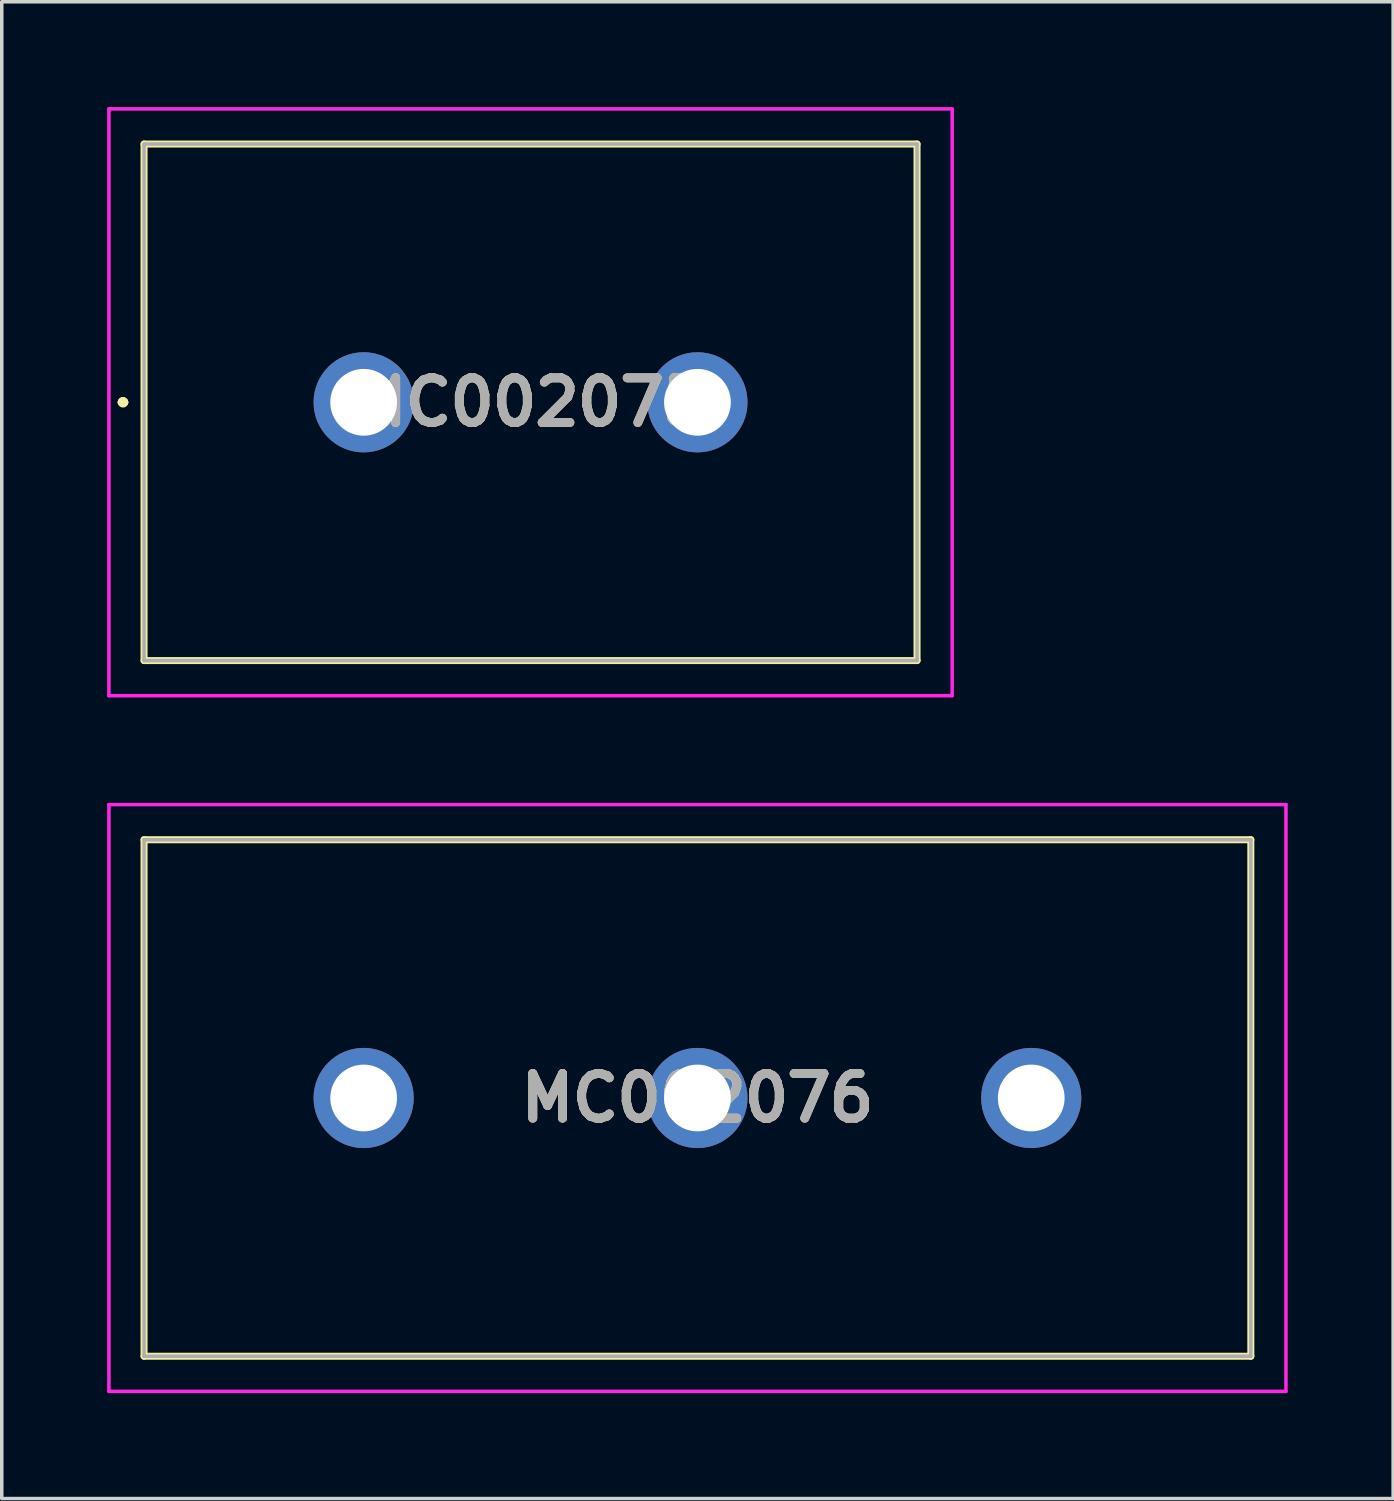
<source format=kicad_pcb>
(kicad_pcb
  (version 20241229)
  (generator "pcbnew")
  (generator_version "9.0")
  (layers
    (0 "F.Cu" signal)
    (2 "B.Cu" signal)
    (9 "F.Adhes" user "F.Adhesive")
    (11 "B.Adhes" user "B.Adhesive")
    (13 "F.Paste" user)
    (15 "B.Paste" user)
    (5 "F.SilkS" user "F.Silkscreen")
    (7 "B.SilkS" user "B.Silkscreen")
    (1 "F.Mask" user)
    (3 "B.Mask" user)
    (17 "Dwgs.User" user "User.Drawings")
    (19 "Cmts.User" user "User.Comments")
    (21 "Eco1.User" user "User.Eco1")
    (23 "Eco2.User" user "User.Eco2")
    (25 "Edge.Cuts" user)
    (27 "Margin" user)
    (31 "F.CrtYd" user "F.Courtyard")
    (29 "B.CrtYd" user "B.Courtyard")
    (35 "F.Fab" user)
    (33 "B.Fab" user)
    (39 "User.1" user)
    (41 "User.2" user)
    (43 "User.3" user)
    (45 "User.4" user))
  (footprint "MC002076"
    (layer "F.Cu")
    (at 7.3 28.2)
    (property "Reference" "MC002076" (at 9.5 0 0) (layer "F.SilkS") (effects (font (size 1.27 1.27) (thickness 0.254))))
    (attr through_hole)
    (fp_line (start -6.25 -7.35) (end 25.25 -7.35) (stroke (width 0.2) (type solid)) (layer "F.SilkS"))
    (fp_line (start -6.25 7.35) (end -6.25 -7.35) (stroke (width 0.2) (type solid)) (layer "F.SilkS"))
    (fp_line (start 25.25 -7.35) (end 25.25 7.35) (stroke (width 0.2) (type solid)) (layer "F.SilkS"))
    (fp_line (start 25.25 7.35) (end -6.25 7.35) (stroke (width 0.2) (type solid)) (layer "F.SilkS"))
    (fp_line (start -7.25 -8.35) (end 26.25 -8.35) (stroke (width 0.1) (type solid)) (layer "F.CrtYd"))
    (fp_line (start -7.25 8.35) (end -7.25 -8.35) (stroke (width 0.1) (type solid)) (layer "F.CrtYd"))
    (fp_line (start 26.25 -8.35) (end 26.25 8.35) (stroke (width 0.1) (type solid)) (layer "F.CrtYd"))
    (fp_line (start 26.25 8.35) (end -7.25 8.35) (stroke (width 0.1) (type solid)) (layer "F.CrtYd"))
    (fp_line (start -6.25 -7.35) (end 25.25 -7.35) (stroke (width 0.1) (type solid)) (layer "F.Fab"))
    (fp_line (start -6.25 7.35) (end -6.25 -7.35) (stroke (width 0.1) (type solid)) (layer "F.Fab"))
    (fp_line (start 25.25 -7.35) (end 25.25 7.35) (stroke (width 0.1) (type solid)) (layer "F.Fab"))
    (fp_line (start 25.25 7.35) (end -6.25 7.35) (stroke (width 0.1) (type solid)) (layer "F.Fab"))
    (fp_text user "${REFERENCE}" (at 9.5 0 0) (layer "F.Fab") (effects (font (size 1.27 1.27) (thickness 0.254))))
    (pad "1" thru_hole circle (at 0 0) (size 2.85 2.85) (drill 1.9) (layers "*.Cu" "*.Mask"))
    (pad "2" thru_hole circle (at 9.5 0) (size 2.85 2.85) (drill 1.9) (layers "*.Cu" "*.Mask"))
    (pad "3" thru_hole circle (at 19 0) (size 2.85 2.85) (drill 1.9) (layers "*.Cu" "*.Mask")))
  (footprint "MC002075"
    (layer "F.Cu")
    (at 7.3 8.4)
    (property "Reference" "MC002075" (at 4.75 0 0) (layer "F.SilkS") (effects (font (size 1.27 1.27) (thickness 0.254))))
    (attr through_hole)
    (fp_line (start -6.9 0) (end -6.9 0) (stroke (width 0.2) (type solid)) (layer "F.SilkS"))
    (fp_line (start -6.8 0) (end -6.8 0) (stroke (width 0.2) (type solid)) (layer "F.SilkS"))
    (fp_line (start -6.8 0) (end -6.8 0) (stroke (width 0.2) (type solid)) (layer "F.SilkS"))
    (fp_line (start -6.25 -7.35) (end -6.25 7.35) (stroke (width 0.2) (type solid)) (layer "F.SilkS"))
    (fp_line (start -6.25 7.35) (end 15.75 7.35) (stroke (width 0.2) (type solid)) (layer "F.SilkS"))
    (fp_line (start 15.75 -7.35) (end -6.25 -7.35) (stroke (width 0.2) (type solid)) (layer "F.SilkS"))
    (fp_line (start 15.75 7.35) (end 15.75 -7.35) (stroke (width 0.2) (type solid)) (layer "F.SilkS"))
    (fp_arc (start -6.9 0) (mid -6.85 -0.05) (end -6.8 0) (stroke (width 0.2) (type solid)) (layer "F.SilkS"))
    (fp_arc (start -6.9 0) (mid -6.85 -0.05) (end -6.8 0) (stroke (width 0.2) (type solid)) (layer "F.SilkS"))
    (fp_arc (start -6.8 0) (mid -6.85 0.05) (end -6.9 0) (stroke (width 0.2) (type solid)) (layer "F.SilkS"))
    (fp_line (start -7.25 -8.35) (end 16.75 -8.35) (stroke (width 0.1) (type solid)) (layer "F.CrtYd"))
    (fp_line (start -7.25 8.35) (end -7.25 -8.35) (stroke (width 0.1) (type solid)) (layer "F.CrtYd"))
    (fp_line (start 16.75 -8.35) (end 16.75 8.35) (stroke (width 0.1) (type solid)) (layer "F.CrtYd"))
    (fp_line (start 16.75 8.35) (end -7.25 8.35) (stroke (width 0.1) (type solid)) (layer "F.CrtYd"))
    (fp_line (start -6.25 -7.35) (end -6.25 7.35) (stroke (width 0.1) (type solid)) (layer "F.Fab"))
    (fp_line (start -6.25 7.35) (end 15.75 7.35) (stroke (width 0.1) (type solid)) (layer "F.Fab"))
    (fp_line (start 15.75 -7.35) (end -6.25 -7.35) (stroke (width 0.1) (type solid)) (layer "F.Fab"))
    (fp_line (start 15.75 7.35) (end 15.75 -7.35) (stroke (width 0.1) (type solid)) (layer "F.Fab"))
    (fp_text user "${REFERENCE}" (at 4.75 0 0) (layer "F.Fab") (effects (font (size 1.27 1.27) (thickness 0.254))))
    (pad "1" thru_hole circle (at 0 0) (size 2.85 2.85) (drill 1.9) (layers "*.Cu" "*.Mask"))
    (pad "2" thru_hole circle (at 9.5 0) (size 2.85 2.85) (drill 1.9) (layers "*.Cu" "*.Mask")))
  (gr_rect
    (start -3 -3)
    (end 36.6 39.6)
    (stroke (width 0.1) (type default))
    (fill no)
    (layer "Edge.Cuts")))
</source>
